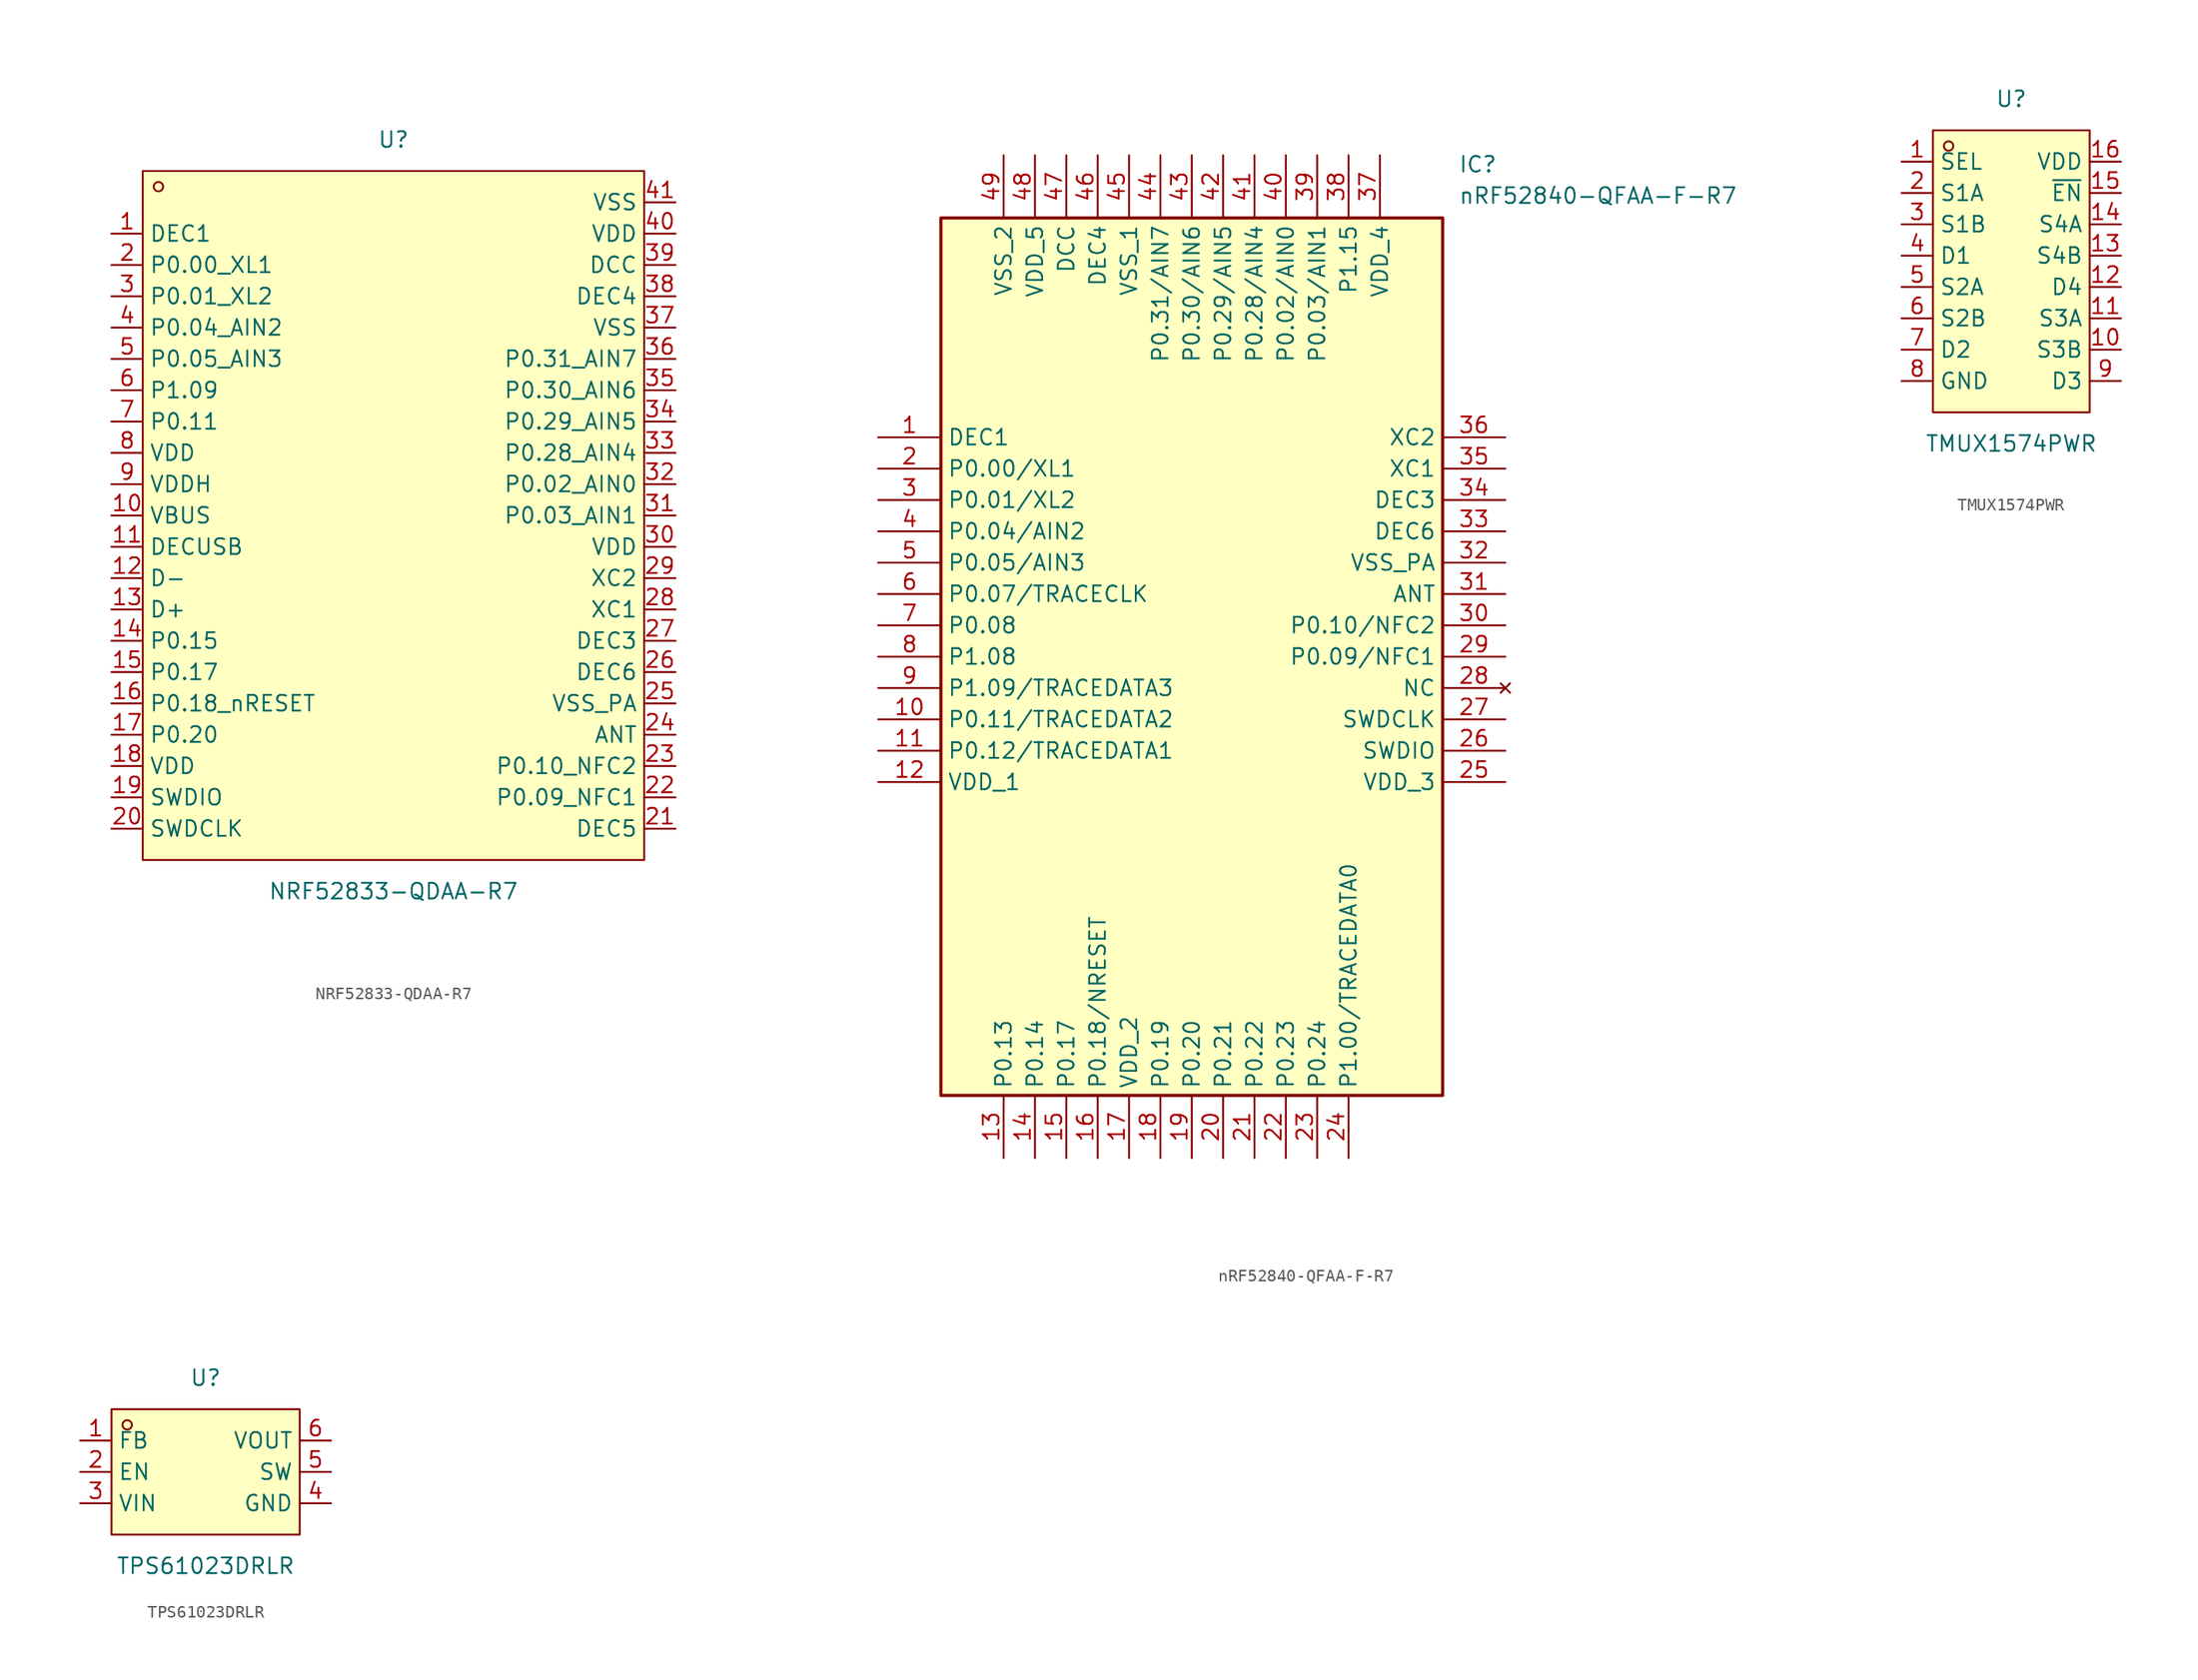
<source format=kicad_sym>
(kicad_symbol_lib
  (version 20220914)
  (generator https://github.com/uPesy/easyeda2kicad.py)
  (symbol "NRF52833-QDAA-R7"
    (property "Reference" "U"
      (at 0 30.48 0)
      (effects (font (size 1.27 1.27))))
    (property "Value" "NRF52833-QDAA-R7"
      (at 0 -30.48 0)
      (effects (font (size 1.27 1.27))))
    (symbol "NRF52833-QDAA-R7_0_1"
      (rectangle (start -20.32 27.94) (end 20.32 -27.94) (stroke (width 0) (type default)) (fill (type background)))
      (circle (center -19.05 26.67) (radius 0.38) (stroke (width 0) (type default)) (fill (type none)))
      (pin unspecified line (at -22.86 22.86 0) (length 2.54) (name "DEC1" (effects (font (size 1.27 1.27)))) (number "1" (effects (font (size 1.27 1.27)))))
      (pin unspecified line (at -22.86 0 0) (length 2.54) (name "VBUS" (effects (font (size 1.27 1.27)))) (number "10" (effects (font (size 1.27 1.27)))))
      (pin unspecified line (at -22.86 -2.54 0) (length 2.54) (name "DECUSB" (effects (font (size 1.27 1.27)))) (number "11" (effects (font (size 1.27 1.27)))))
      (pin unspecified line (at -22.86 -5.08 0) (length 2.54) (name "D-" (effects (font (size 1.27 1.27)))) (number "12" (effects (font (size 1.27 1.27)))))
      (pin unspecified line (at -22.86 -7.62 0) (length 2.54) (name "D+" (effects (font (size 1.27 1.27)))) (number "13" (effects (font (size 1.27 1.27)))))
      (pin unspecified line (at -22.86 -10.16 0) (length 2.54) (name "P0.15" (effects (font (size 1.27 1.27)))) (number "14" (effects (font (size 1.27 1.27)))))
      (pin unspecified line (at -22.86 -12.7 0) (length 2.54) (name "P0.17" (effects (font (size 1.27 1.27)))) (number "15" (effects (font (size 1.27 1.27)))))
      (pin unspecified line (at -22.86 -15.24 0) (length 2.54) (name "P0.18_nRESET" (effects (font (size 1.27 1.27)))) (number "16" (effects (font (size 1.27 1.27)))))
      (pin unspecified line (at -22.86 -17.78 0) (length 2.54) (name "P0.20" (effects (font (size 1.27 1.27)))) (number "17" (effects (font (size 1.27 1.27)))))
      (pin unspecified line (at -22.86 -20.32 0) (length 2.54) (name "VDD" (effects (font (size 1.27 1.27)))) (number "18" (effects (font (size 1.27 1.27)))))
      (pin unspecified line (at -22.86 -22.86 0) (length 2.54) (name "SWDIO" (effects (font (size 1.27 1.27)))) (number "19" (effects (font (size 1.27 1.27)))))
      (pin unspecified line (at -22.86 20.32 0) (length 2.54) (name "P0.00_XL1" (effects (font (size 1.27 1.27)))) (number "2" (effects (font (size 1.27 1.27)))))
      (pin unspecified line (at -22.86 -25.4 0) (length 2.54) (name "SWDCLK" (effects (font (size 1.27 1.27)))) (number "20" (effects (font (size 1.27 1.27)))))
      (pin unspecified line (at 22.86 -25.4 180) (length 2.54) (name "DEC5" (effects (font (size 1.27 1.27)))) (number "21" (effects (font (size 1.27 1.27)))))
      (pin unspecified line (at 22.86 -22.86 180) (length 2.54) (name "P0.09_NFC1" (effects (font (size 1.27 1.27)))) (number "22" (effects (font (size 1.27 1.27)))))
      (pin unspecified line (at 22.86 -20.32 180) (length 2.54) (name "P0.10_NFC2" (effects (font (size 1.27 1.27)))) (number "23" (effects (font (size 1.27 1.27)))))
      (pin unspecified line (at 22.86 -17.78 180) (length 2.54) (name "ANT" (effects (font (size 1.27 1.27)))) (number "24" (effects (font (size 1.27 1.27)))))
      (pin unspecified line (at 22.86 -15.24 180) (length 2.54) (name "VSS_PA" (effects (font (size 1.27 1.27)))) (number "25" (effects (font (size 1.27 1.27)))))
      (pin unspecified line (at 22.86 -12.7 180) (length 2.54) (name "DEC6" (effects (font (size 1.27 1.27)))) (number "26" (effects (font (size 1.27 1.27)))))
      (pin unspecified line (at 22.86 -10.16 180) (length 2.54) (name "DEC3" (effects (font (size 1.27 1.27)))) (number "27" (effects (font (size 1.27 1.27)))))
      (pin unspecified line (at 22.86 -7.62 180) (length 2.54) (name "XC1" (effects (font (size 1.27 1.27)))) (number "28" (effects (font (size 1.27 1.27)))))
      (pin unspecified line (at 22.86 -5.08 180) (length 2.54) (name "XC2" (effects (font (size 1.27 1.27)))) (number "29" (effects (font (size 1.27 1.27)))))
      (pin unspecified line (at -22.86 17.78 0) (length 2.54) (name "P0.01_XL2" (effects (font (size 1.27 1.27)))) (number "3" (effects (font (size 1.27 1.27)))))
      (pin unspecified line (at 22.86 -2.54 180) (length 2.54) (name "VDD" (effects (font (size 1.27 1.27)))) (number "30" (effects (font (size 1.27 1.27)))))
      (pin unspecified line (at 22.86 0 180) (length 2.54) (name "P0.03_AIN1" (effects (font (size 1.27 1.27)))) (number "31" (effects (font (size 1.27 1.27)))))
      (pin unspecified line (at 22.86 2.54 180) (length 2.54) (name "P0.02_AIN0" (effects (font (size 1.27 1.27)))) (number "32" (effects (font (size 1.27 1.27)))))
      (pin unspecified line (at 22.86 5.08 180) (length 2.54) (name "P0.28_AIN4" (effects (font (size 1.27 1.27)))) (number "33" (effects (font (size 1.27 1.27)))))
      (pin unspecified line (at 22.86 7.62 180) (length 2.54) (name "P0.29_AIN5" (effects (font (size 1.27 1.27)))) (number "34" (effects (font (size 1.27 1.27)))))
      (pin unspecified line (at 22.86 10.16 180) (length 2.54) (name "P0.30_AIN6" (effects (font (size 1.27 1.27)))) (number "35" (effects (font (size 1.27 1.27)))))
      (pin unspecified line (at 22.86 12.7 180) (length 2.54) (name "P0.31_AIN7" (effects (font (size 1.27 1.27)))) (number "36" (effects (font (size 1.27 1.27)))))
      (pin unspecified line (at 22.86 15.24 180) (length 2.54) (name "VSS" (effects (font (size 1.27 1.27)))) (number "37" (effects (font (size 1.27 1.27)))))
      (pin unspecified line (at 22.86 17.78 180) (length 2.54) (name "DEC4" (effects (font (size 1.27 1.27)))) (number "38" (effects (font (size 1.27 1.27)))))
      (pin unspecified line (at 22.86 20.32 180) (length 2.54) (name "DCC" (effects (font (size 1.27 1.27)))) (number "39" (effects (font (size 1.27 1.27)))))
      (pin unspecified line (at -22.86 15.24 0) (length 2.54) (name "P0.04_AIN2" (effects (font (size 1.27 1.27)))) (number "4" (effects (font (size 1.27 1.27)))))
      (pin unspecified line (at 22.86 22.86 180) (length 2.54) (name "VDD" (effects (font (size 1.27 1.27)))) (number "40" (effects (font (size 1.27 1.27)))))
      (pin unspecified line (at 22.86 25.4 180) (length 2.54) (name "VSS" (effects (font (size 1.27 1.27)))) (number "41" (effects (font (size 1.27 1.27)))))
      (pin unspecified line (at -22.86 12.7 0) (length 2.54) (name "P0.05_AIN3" (effects (font (size 1.27 1.27)))) (number "5" (effects (font (size 1.27 1.27)))))
      (pin unspecified line (at -22.86 10.16 0) (length 2.54) (name "P1.09" (effects (font (size 1.27 1.27)))) (number "6" (effects (font (size 1.27 1.27)))))
      (pin unspecified line (at -22.86 7.62 0) (length 2.54) (name "P0.11" (effects (font (size 1.27 1.27)))) (number "7" (effects (font (size 1.27 1.27)))))
      (pin unspecified line (at -22.86 5.08 0) (length 2.54) (name "VDD" (effects (font (size 1.27 1.27)))) (number "8" (effects (font (size 1.27 1.27)))))
      (pin unspecified line (at -22.86 2.54 0) (length 2.54) (name "VDDH" (effects (font (size 1.27 1.27)))) (number "9" (effects (font (size 1.27 1.27)))))))
  (symbol "nRF52840-QFAA-F-R7"
    (property "Reference" "IC"
      (at 46.99 22.86 0)
      (effects (font (size 1.27 1.27)) (justify left top)))
    (property "Value" "nRF52840-QFAA-F-R7"
      (at 46.99 20.32 0)
      (effects (font (size 1.27 1.27)) (justify left top)))
    (symbol "nRF52840-QFAA-F-R7_1_1"
      (rectangle (start 5.08 17.78) (end 45.72 -53.34) (stroke (width 0.254) (type default)) (fill (type background)))
      (pin passive line (at 0 0 0) (length 5.08) (name "DEC1" (effects (font (size 1.27 1.27)))) (number "1" (effects (font (size 1.27 1.27)))))
      (pin passive line (at 0 -22.86 0) (length 5.08) (name "P0.11/TRACEDATA2" (effects (font (size 1.27 1.27)))) (number "10" (effects (font (size 1.27 1.27)))))
      (pin passive line (at 0 -25.4 0) (length 5.08) (name "P0.12/TRACEDATA1" (effects (font (size 1.27 1.27)))) (number "11" (effects (font (size 1.27 1.27)))))
      (pin passive line (at 0 -27.94 0) (length 5.08) (name "VDD_1" (effects (font (size 1.27 1.27)))) (number "12" (effects (font (size 1.27 1.27)))))
      (pin passive line (at 10.16 -58.42 90) (length 5.08) (name "P0.13" (effects (font (size 1.27 1.27)))) (number "13" (effects (font (size 1.27 1.27)))))
      (pin passive line (at 12.7 -58.42 90) (length 5.08) (name "P0.14" (effects (font (size 1.27 1.27)))) (number "14" (effects (font (size 1.27 1.27)))))
      (pin passive line (at 15.24 -58.42 90) (length 5.08) (name "P0.17" (effects (font (size 1.27 1.27)))) (number "15" (effects (font (size 1.27 1.27)))))
      (pin passive line (at 17.78 -58.42 90) (length 5.08) (name "P0.18/NRESET" (effects (font (size 1.27 1.27)))) (number "16" (effects (font (size 1.27 1.27)))))
      (pin passive line (at 20.32 -58.42 90) (length 5.08) (name "VDD_2" (effects (font (size 1.27 1.27)))) (number "17" (effects (font (size 1.27 1.27)))))
      (pin passive line (at 22.86 -58.42 90) (length 5.08) (name "P0.19" (effects (font (size 1.27 1.27)))) (number "18" (effects (font (size 1.27 1.27)))))
      (pin passive line (at 25.4 -58.42 90) (length 5.08) (name "P0.20" (effects (font (size 1.27 1.27)))) (number "19" (effects (font (size 1.27 1.27)))))
      (pin passive line (at 0 -2.54 0) (length 5.08) (name "P0.00/XL1" (effects (font (size 1.27 1.27)))) (number "2" (effects (font (size 1.27 1.27)))))
      (pin passive line (at 27.94 -58.42 90) (length 5.08) (name "P0.21" (effects (font (size 1.27 1.27)))) (number "20" (effects (font (size 1.27 1.27)))))
      (pin passive line (at 30.48 -58.42 90) (length 5.08) (name "P0.22" (effects (font (size 1.27 1.27)))) (number "21" (effects (font (size 1.27 1.27)))))
      (pin passive line (at 33.02 -58.42 90) (length 5.08) (name "P0.23" (effects (font (size 1.27 1.27)))) (number "22" (effects (font (size 1.27 1.27)))))
      (pin passive line (at 35.56 -58.42 90) (length 5.08) (name "P0.24" (effects (font (size 1.27 1.27)))) (number "23" (effects (font (size 1.27 1.27)))))
      (pin passive line (at 38.1 -58.42 90) (length 5.08) (name "P1.00/TRACEDATA0" (effects (font (size 1.27 1.27)))) (number "24" (effects (font (size 1.27 1.27)))))
      (pin passive line (at 50.8 -27.94 180) (length 5.08) (name "VDD_3" (effects (font (size 1.27 1.27)))) (number "25" (effects (font (size 1.27 1.27)))))
      (pin passive line (at 50.8 -25.4 180) (length 5.08) (name "SWDIO" (effects (font (size 1.27 1.27)))) (number "26" (effects (font (size 1.27 1.27)))))
      (pin passive line (at 50.8 -22.86 180) (length 5.08) (name "SWDCLK" (effects (font (size 1.27 1.27)))) (number "27" (effects (font (size 1.27 1.27)))))
      (pin no_connect line (at 50.8 -20.32 180) (length 5.08) (name "NC" (effects (font (size 1.27 1.27)))) (number "28" (effects (font (size 1.27 1.27)))))
      (pin passive line (at 50.8 -17.78 180) (length 5.08) (name "P0.09/NFC1" (effects (font (size 1.27 1.27)))) (number "29" (effects (font (size 1.27 1.27)))))
      (pin passive line (at 0 -5.08 0) (length 5.08) (name "P0.01/XL2" (effects (font (size 1.27 1.27)))) (number "3" (effects (font (size 1.27 1.27)))))
      (pin passive line (at 50.8 -15.24 180) (length 5.08) (name "P0.10/NFC2" (effects (font (size 1.27 1.27)))) (number "30" (effects (font (size 1.27 1.27)))))
      (pin passive line (at 50.8 -12.7 180) (length 5.08) (name "ANT" (effects (font (size 1.27 1.27)))) (number "31" (effects (font (size 1.27 1.27)))))
      (pin passive line (at 50.8 -10.16 180) (length 5.08) (name "VSS_PA" (effects (font (size 1.27 1.27)))) (number "32" (effects (font (size 1.27 1.27)))))
      (pin passive line (at 50.8 -7.62 180) (length 5.08) (name "DEC6" (effects (font (size 1.27 1.27)))) (number "33" (effects (font (size 1.27 1.27)))))
      (pin passive line (at 50.8 -5.08 180) (length 5.08) (name "DEC3" (effects (font (size 1.27 1.27)))) (number "34" (effects (font (size 1.27 1.27)))))
      (pin passive line (at 50.8 -2.54 180) (length 5.08) (name "XC1" (effects (font (size 1.27 1.27)))) (number "35" (effects (font (size 1.27 1.27)))))
      (pin passive line (at 50.8 0 180) (length 5.08) (name "XC2" (effects (font (size 1.27 1.27)))) (number "36" (effects (font (size 1.27 1.27)))))
      (pin passive line (at 40.64 22.86 270) (length 5.08) (name "VDD_4" (effects (font (size 1.27 1.27)))) (number "37" (effects (font (size 1.27 1.27)))))
      (pin passive line (at 38.1 22.86 270) (length 5.08) (name "P1.15" (effects (font (size 1.27 1.27)))) (number "38" (effects (font (size 1.27 1.27)))))
      (pin passive line (at 35.56 22.86 270) (length 5.08) (name "P0.03/AIN1" (effects (font (size 1.27 1.27)))) (number "39" (effects (font (size 1.27 1.27)))))
      (pin passive line (at 0 -7.62 0) (length 5.08) (name "P0.04/AIN2" (effects (font (size 1.27 1.27)))) (number "4" (effects (font (size 1.27 1.27)))))
      (pin passive line (at 33.02 22.86 270) (length 5.08) (name "P0.02/AIN0" (effects (font (size 1.27 1.27)))) (number "40" (effects (font (size 1.27 1.27)))))
      (pin passive line (at 30.48 22.86 270) (length 5.08) (name "P0.28/AIN4" (effects (font (size 1.27 1.27)))) (number "41" (effects (font (size 1.27 1.27)))))
      (pin passive line (at 27.94 22.86 270) (length 5.08) (name "P0.29/AIN5" (effects (font (size 1.27 1.27)))) (number "42" (effects (font (size 1.27 1.27)))))
      (pin passive line (at 25.4 22.86 270) (length 5.08) (name "P0.30/AIN6" (effects (font (size 1.27 1.27)))) (number "43" (effects (font (size 1.27 1.27)))))
      (pin passive line (at 22.86 22.86 270) (length 5.08) (name "P0.31/AIN7" (effects (font (size 1.27 1.27)))) (number "44" (effects (font (size 1.27 1.27)))))
      (pin passive line (at 20.32 22.86 270) (length 5.08) (name "VSS_1" (effects (font (size 1.27 1.27)))) (number "45" (effects (font (size 1.27 1.27)))))
      (pin passive line (at 17.78 22.86 270) (length 5.08) (name "DEC4" (effects (font (size 1.27 1.27)))) (number "46" (effects (font (size 1.27 1.27)))))
      (pin passive line (at 15.24 22.86 270) (length 5.08) (name "DCC" (effects (font (size 1.27 1.27)))) (number "47" (effects (font (size 1.27 1.27)))))
      (pin passive line (at 12.7 22.86 270) (length 5.08) (name "VDD_5" (effects (font (size 1.27 1.27)))) (number "48" (effects (font (size 1.27 1.27)))))
      (pin passive line (at 10.16 22.86 270) (length 5.08) (name "VSS_2" (effects (font (size 1.27 1.27)))) (number "49" (effects (font (size 1.27 1.27)))))
      (pin passive line (at 0 -10.16 0) (length 5.08) (name "P0.05/AIN3" (effects (font (size 1.27 1.27)))) (number "5" (effects (font (size 1.27 1.27)))))
      (pin passive line (at 0 -12.7 0) (length 5.08) (name "P0.07/TRACECLK" (effects (font (size 1.27 1.27)))) (number "6" (effects (font (size 1.27 1.27)))))
      (pin passive line (at 0 -15.24 0) (length 5.08) (name "P0.08" (effects (font (size 1.27 1.27)))) (number "7" (effects (font (size 1.27 1.27)))))
      (pin passive line (at 0 -17.78 0) (length 5.08) (name "P1.08" (effects (font (size 1.27 1.27)))) (number "8" (effects (font (size 1.27 1.27)))))
      (pin passive line (at 0 -20.32 0) (length 5.08) (name "P1.09/TRACEDATA3" (effects (font (size 1.27 1.27)))) (number "9" (effects (font (size 1.27 1.27)))))))
  (symbol "TMUX1574PWR"
    (property "Reference" "U"
      (at 0 13.97 0)
      (effects (font (size 1.27 1.27))))
    (property "Value" "TMUX1574PWR"
      (at 0 -13.97 0)
      (effects (font (size 1.27 1.27))))
    (symbol "TMUX1574PWR_0_1"
      (rectangle (start -6.35 11.43) (end 6.35 -11.43) (stroke (width 0) (type default)) (fill (type background)))
      (circle (center -5.08 10.16) (radius 0.38) (stroke (width 0) (type default)) (fill (type none)))
      (pin unspecified line (at -8.89 8.89 0) (length 2.54) (name "SEL" (effects (font (size 1.27 1.27)))) (number "1" (effects (font (size 1.27 1.27)))))
      (pin unspecified line (at 8.89 -6.35 180) (length 2.54) (name "S3B" (effects (font (size 1.27 1.27)))) (number "10" (effects (font (size 1.27 1.27)))))
      (pin unspecified line (at 8.89 -3.81 180) (length 2.54) (name "S3A" (effects (font (size 1.27 1.27)))) (number "11" (effects (font (size 1.27 1.27)))))
      (pin unspecified line (at 8.89 -1.27 180) (length 2.54) (name "D4" (effects (font (size 1.27 1.27)))) (number "12" (effects (font (size 1.27 1.27)))))
      (pin unspecified line (at 8.89 1.27 180) (length 2.54) (name "S4B" (effects (font (size 1.27 1.27)))) (number "13" (effects (font (size 1.27 1.27)))))
      (pin unspecified line (at 8.89 3.81 180) (length 2.54) (name "S4A" (effects (font (size 1.27 1.27)))) (number "14" (effects (font (size 1.27 1.27)))))
      (pin unspecified line (at 8.89 6.35 180) (length 2.54) (name "~{EN}" (effects (font (size 1.27 1.27)))) (number "15" (effects (font (size 1.27 1.27)))))
      (pin unspecified line (at 8.89 8.89 180) (length 2.54) (name "VDD" (effects (font (size 1.27 1.27)))) (number "16" (effects (font (size 1.27 1.27)))))
      (pin unspecified line (at -8.89 6.35 0) (length 2.54) (name "S1A" (effects (font (size 1.27 1.27)))) (number "2" (effects (font (size 1.27 1.27)))))
      (pin unspecified line (at -8.89 3.81 0) (length 2.54) (name "S1B" (effects (font (size 1.27 1.27)))) (number "3" (effects (font (size 1.27 1.27)))))
      (pin unspecified line (at -8.89 1.27 0) (length 2.54) (name "D1" (effects (font (size 1.27 1.27)))) (number "4" (effects (font (size 1.27 1.27)))))
      (pin unspecified line (at -8.89 -1.27 0) (length 2.54) (name "S2A" (effects (font (size 1.27 1.27)))) (number "5" (effects (font (size 1.27 1.27)))))
      (pin unspecified line (at -8.89 -3.81 0) (length 2.54) (name "S2B" (effects (font (size 1.27 1.27)))) (number "6" (effects (font (size 1.27 1.27)))))
      (pin unspecified line (at -8.89 -6.35 0) (length 2.54) (name "D2" (effects (font (size 1.27 1.27)))) (number "7" (effects (font (size 1.27 1.27)))))
      (pin unspecified line (at -8.89 -8.89 0) (length 2.54) (name "GND" (effects (font (size 1.27 1.27)))) (number "8" (effects (font (size 1.27 1.27)))))
      (pin unspecified line (at 8.89 -8.89 180) (length 2.54) (name "D3" (effects (font (size 1.27 1.27)))) (number "9" (effects (font (size 1.27 1.27)))))))
  (symbol "TPS61023DRLR"
    (property "Reference" "U"
      (at 0 7.62 0)
      (effects (font (size 1.27 1.27))))
    (property "Value" "TPS61023DRLR"
      (at 0 -7.62 0)
      (effects (font (size 1.27 1.27))))
    (symbol "TPS61023DRLR_0_1"
      (rectangle (start -7.62 5.08) (end 7.62 -5.08) (stroke (width 0) (type default)) (fill (type background)))
      (circle (center -6.35 3.81) (radius 0.38) (stroke (width 0) (type default)) (fill (type none)))
      (pin unspecified line (at -10.16 2.54 0) (length 2.54) (name "FB" (effects (font (size 1.27 1.27)))) (number "1" (effects (font (size 1.27 1.27)))))
      (pin unspecified line (at -10.16 0 0) (length 2.54) (name "EN" (effects (font (size 1.27 1.27)))) (number "2" (effects (font (size 1.27 1.27)))))
      (pin unspecified line (at -10.16 -2.54 0) (length 2.54) (name "VIN" (effects (font (size 1.27 1.27)))) (number "3" (effects (font (size 1.27 1.27)))))
      (pin unspecified line (at 10.16 -2.54 180) (length 2.54) (name "GND" (effects (font (size 1.27 1.27)))) (number "4" (effects (font (size 1.27 1.27)))))
      (pin unspecified line (at 10.16 0 180) (length 2.54) (name "SW" (effects (font (size 1.27 1.27)))) (number "5" (effects (font (size 1.27 1.27)))))
      (pin unspecified line (at 10.16 2.54 180) (length 2.54) (name "VOUT" (effects (font (size 1.27 1.27)))) (number "6" (effects (font (size 1.27 1.27))))))))
</source>
